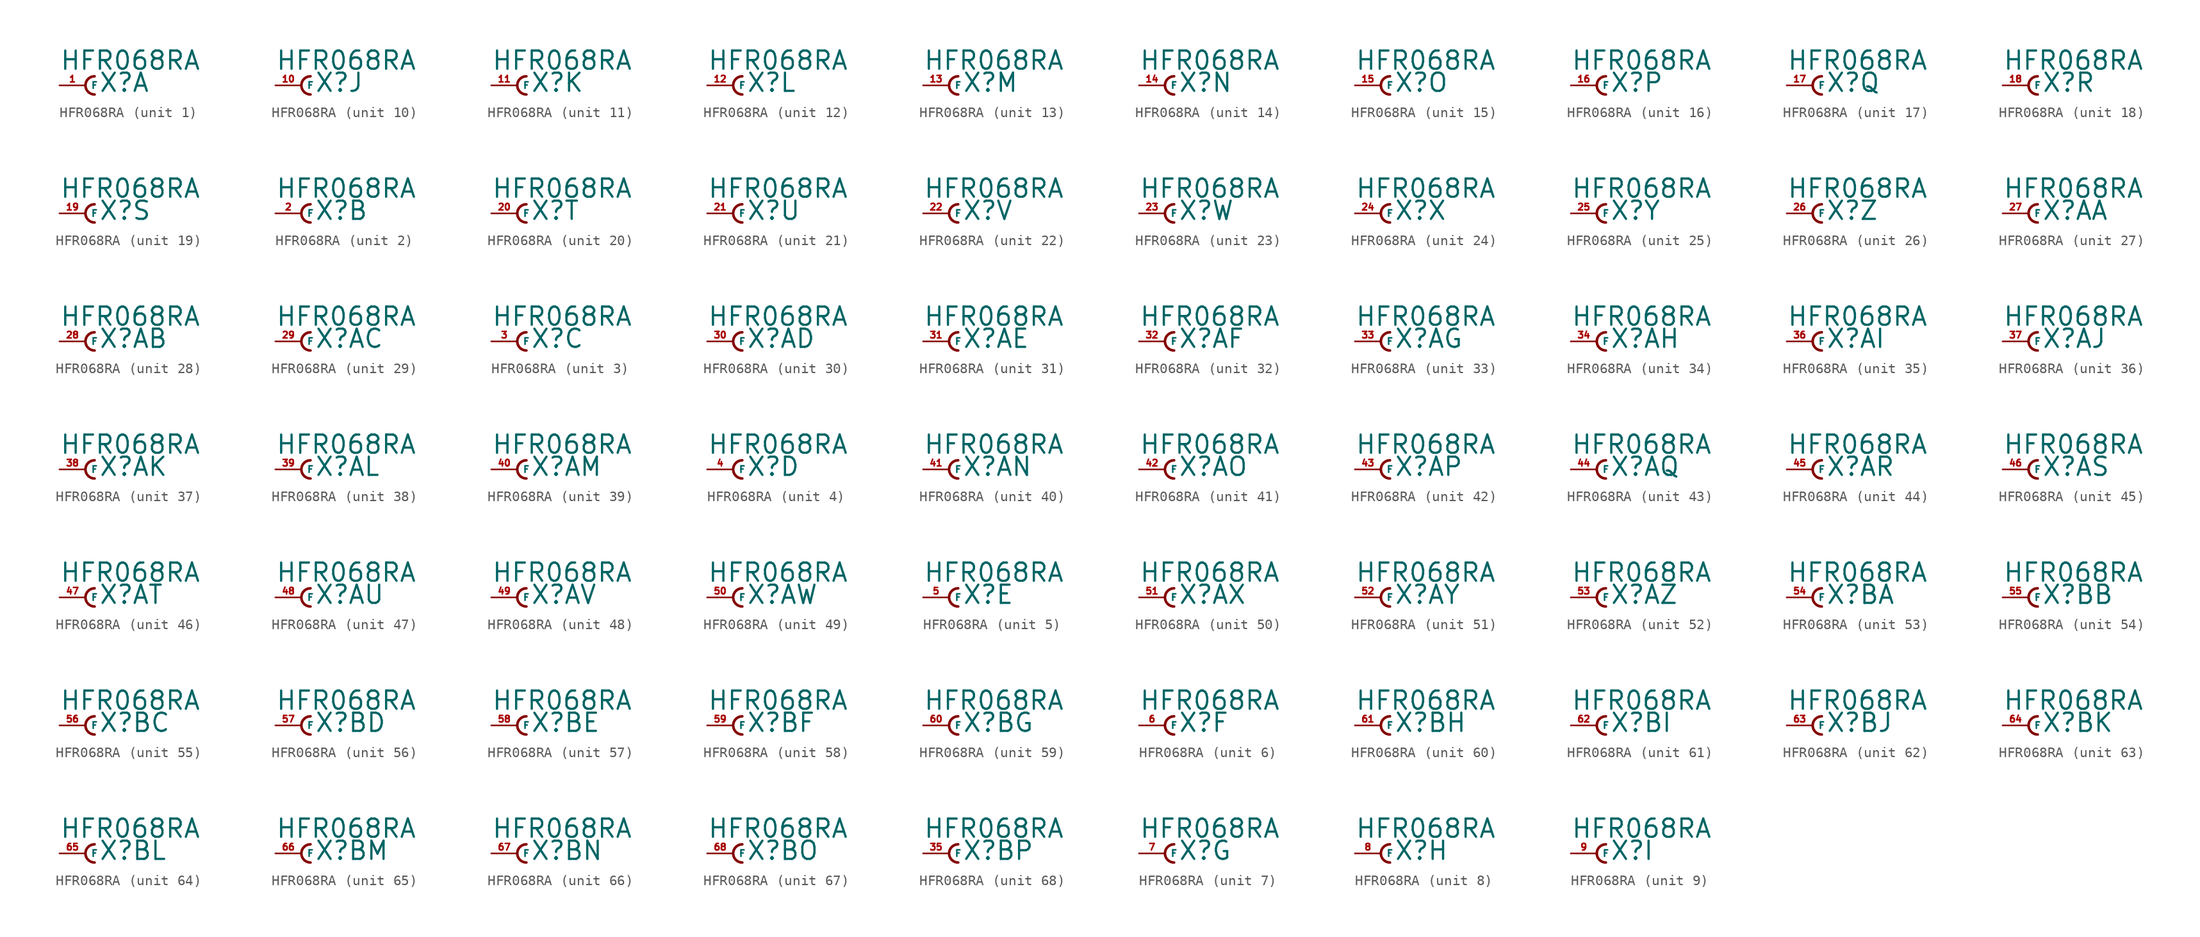
<source format=kicad_sym>
(kicad_symbol_lib
  (version 20220914)
  (generator Eagle2Kicad)
  (symbol "HFR068RA"
    (property "Reference" "X"
      (at 1.27 -0.762 0)
      (effects (font (size 1.778 1.778) (thickness 0.22)) (justify left bottom)))
    (property "Value" "HFR068RA"
      (at -2.54 1.397 0)
      (effects (font (size 1.778 1.778) (thickness 0.22)) (justify left bottom)))
    (symbol "HFR068RA_1_0"
      (arc (start 0.889 0.889) (mid 0.000 0.000) (end 0.889 -0.889) (stroke (width 0.254) (type default)) (fill (type none)))
      (pin passive line (at -2.54 0 0) (length 2.54) (name "F" (effects (font (size 0.635 0.635) (thickness 0.08)) (justify left bottom))) (number "1" (effects (font (size 0.635 0.635) (thickness 0.08)) (justify left bottom)))))
    (symbol "HFR068RA_2_0"
      (arc (start 0.889 0.889) (mid 0.000 0.000) (end 0.889 -0.889) (stroke (width 0.254) (type default)) (fill (type none)))
      (pin passive line (at -2.54 0 0) (length 2.54) (name "F" (effects (font (size 0.635 0.635) (thickness 0.08)) (justify left bottom))) (number "2" (effects (font (size 0.635 0.635) (thickness 0.08)) (justify left bottom)))))
    (symbol "HFR068RA_3_0"
      (arc (start 0.889 0.889) (mid 0.000 0.000) (end 0.889 -0.889) (stroke (width 0.254) (type default)) (fill (type none)))
      (pin passive line (at -2.54 0 0) (length 2.54) (name "F" (effects (font (size 0.635 0.635) (thickness 0.08)) (justify left bottom))) (number "3" (effects (font (size 0.635 0.635) (thickness 0.08)) (justify left bottom)))))
    (symbol "HFR068RA_4_0"
      (arc (start 0.889 0.889) (mid 0.000 0.000) (end 0.889 -0.889) (stroke (width 0.254) (type default)) (fill (type none)))
      (pin passive line (at -2.54 0 0) (length 2.54) (name "F" (effects (font (size 0.635 0.635) (thickness 0.08)) (justify left bottom))) (number "4" (effects (font (size 0.635 0.635) (thickness 0.08)) (justify left bottom)))))
    (symbol "HFR068RA_5_0"
      (arc (start 0.889 0.889) (mid 0.000 0.000) (end 0.889 -0.889) (stroke (width 0.254) (type default)) (fill (type none)))
      (pin passive line (at -2.54 0 0) (length 2.54) (name "F" (effects (font (size 0.635 0.635) (thickness 0.08)) (justify left bottom))) (number "5" (effects (font (size 0.635 0.635) (thickness 0.08)) (justify left bottom)))))
    (symbol "HFR068RA_6_0"
      (arc (start 0.889 0.889) (mid 0.000 0.000) (end 0.889 -0.889) (stroke (width 0.254) (type default)) (fill (type none)))
      (pin passive line (at -2.54 0 0) (length 2.54) (name "F" (effects (font (size 0.635 0.635) (thickness 0.08)) (justify left bottom))) (number "6" (effects (font (size 0.635 0.635) (thickness 0.08)) (justify left bottom)))))
    (symbol "HFR068RA_7_0"
      (arc (start 0.889 0.889) (mid 0.000 0.000) (end 0.889 -0.889) (stroke (width 0.254) (type default)) (fill (type none)))
      (pin passive line (at -2.54 0 0) (length 2.54) (name "F" (effects (font (size 0.635 0.635) (thickness 0.08)) (justify left bottom))) (number "7" (effects (font (size 0.635 0.635) (thickness 0.08)) (justify left bottom)))))
    (symbol "HFR068RA_8_0"
      (arc (start 0.889 0.889) (mid 0.000 0.000) (end 0.889 -0.889) (stroke (width 0.254) (type default)) (fill (type none)))
      (pin passive line (at -2.54 0 0) (length 2.54) (name "F" (effects (font (size 0.635 0.635) (thickness 0.08)) (justify left bottom))) (number "8" (effects (font (size 0.635 0.635) (thickness 0.08)) (justify left bottom)))))
    (symbol "HFR068RA_9_0"
      (arc (start 0.889 0.889) (mid 0.000 0.000) (end 0.889 -0.889) (stroke (width 0.254) (type default)) (fill (type none)))
      (pin passive line (at -2.54 0 0) (length 2.54) (name "F" (effects (font (size 0.635 0.635) (thickness 0.08)) (justify left bottom))) (number "9" (effects (font (size 0.635 0.635) (thickness 0.08)) (justify left bottom)))))
    (symbol "HFR068RA_10_0"
      (arc (start 0.889 0.889) (mid 0.000 0.000) (end 0.889 -0.889) (stroke (width 0.254) (type default)) (fill (type none)))
      (pin passive line (at -2.54 0 0) (length 2.54) (name "F" (effects (font (size 0.635 0.635) (thickness 0.08)) (justify left bottom))) (number "10" (effects (font (size 0.635 0.635) (thickness 0.08)) (justify left bottom)))))
    (symbol "HFR068RA_11_0"
      (arc (start 0.889 0.889) (mid 0.000 0.000) (end 0.889 -0.889) (stroke (width 0.254) (type default)) (fill (type none)))
      (pin passive line (at -2.54 0 0) (length 2.54) (name "F" (effects (font (size 0.635 0.635) (thickness 0.08)) (justify left bottom))) (number "11" (effects (font (size 0.635 0.635) (thickness 0.08)) (justify left bottom)))))
    (symbol "HFR068RA_12_0"
      (arc (start 0.889 0.889) (mid 0.000 0.000) (end 0.889 -0.889) (stroke (width 0.254) (type default)) (fill (type none)))
      (pin passive line (at -2.54 0 0) (length 2.54) (name "F" (effects (font (size 0.635 0.635) (thickness 0.08)) (justify left bottom))) (number "12" (effects (font (size 0.635 0.635) (thickness 0.08)) (justify left bottom)))))
    (symbol "HFR068RA_13_0"
      (arc (start 0.889 0.889) (mid 0.000 0.000) (end 0.889 -0.889) (stroke (width 0.254) (type default)) (fill (type none)))
      (pin passive line (at -2.54 0 0) (length 2.54) (name "F" (effects (font (size 0.635 0.635) (thickness 0.08)) (justify left bottom))) (number "13" (effects (font (size 0.635 0.635) (thickness 0.08)) (justify left bottom)))))
    (symbol "HFR068RA_14_0"
      (arc (start 0.889 0.889) (mid 0.000 0.000) (end 0.889 -0.889) (stroke (width 0.254) (type default)) (fill (type none)))
      (pin passive line (at -2.54 0 0) (length 2.54) (name "F" (effects (font (size 0.635 0.635) (thickness 0.08)) (justify left bottom))) (number "14" (effects (font (size 0.635 0.635) (thickness 0.08)) (justify left bottom)))))
    (symbol "HFR068RA_15_0"
      (arc (start 0.889 0.889) (mid 0.000 0.000) (end 0.889 -0.889) (stroke (width 0.254) (type default)) (fill (type none)))
      (pin passive line (at -2.54 0 0) (length 2.54) (name "F" (effects (font (size 0.635 0.635) (thickness 0.08)) (justify left bottom))) (number "15" (effects (font (size 0.635 0.635) (thickness 0.08)) (justify left bottom)))))
    (symbol "HFR068RA_16_0"
      (arc (start 0.889 0.889) (mid 0.000 0.000) (end 0.889 -0.889) (stroke (width 0.254) (type default)) (fill (type none)))
      (pin passive line (at -2.54 0 0) (length 2.54) (name "F" (effects (font (size 0.635 0.635) (thickness 0.08)) (justify left bottom))) (number "16" (effects (font (size 0.635 0.635) (thickness 0.08)) (justify left bottom)))))
    (symbol "HFR068RA_17_0"
      (arc (start 0.889 0.889) (mid 0.000 0.000) (end 0.889 -0.889) (stroke (width 0.254) (type default)) (fill (type none)))
      (pin passive line (at -2.54 0 0) (length 2.54) (name "F" (effects (font (size 0.635 0.635) (thickness 0.08)) (justify left bottom))) (number "17" (effects (font (size 0.635 0.635) (thickness 0.08)) (justify left bottom)))))
    (symbol "HFR068RA_18_0"
      (arc (start 0.889 0.889) (mid 0.000 0.000) (end 0.889 -0.889) (stroke (width 0.254) (type default)) (fill (type none)))
      (pin passive line (at -2.54 0 0) (length 2.54) (name "F" (effects (font (size 0.635 0.635) (thickness 0.08)) (justify left bottom))) (number "18" (effects (font (size 0.635 0.635) (thickness 0.08)) (justify left bottom)))))
    (symbol "HFR068RA_19_0"
      (arc (start 0.889 0.889) (mid 0.000 0.000) (end 0.889 -0.889) (stroke (width 0.254) (type default)) (fill (type none)))
      (pin passive line (at -2.54 0 0) (length 2.54) (name "F" (effects (font (size 0.635 0.635) (thickness 0.08)) (justify left bottom))) (number "19" (effects (font (size 0.635 0.635) (thickness 0.08)) (justify left bottom)))))
    (symbol "HFR068RA_20_0"
      (arc (start 0.889 0.889) (mid 0.000 0.000) (end 0.889 -0.889) (stroke (width 0.254) (type default)) (fill (type none)))
      (pin passive line (at -2.54 0 0) (length 2.54) (name "F" (effects (font (size 0.635 0.635) (thickness 0.08)) (justify left bottom))) (number "20" (effects (font (size 0.635 0.635) (thickness 0.08)) (justify left bottom)))))
    (symbol "HFR068RA_21_0"
      (arc (start 0.889 0.889) (mid 0.000 0.000) (end 0.889 -0.889) (stroke (width 0.254) (type default)) (fill (type none)))
      (pin passive line (at -2.54 0 0) (length 2.54) (name "F" (effects (font (size 0.635 0.635) (thickness 0.08)) (justify left bottom))) (number "21" (effects (font (size 0.635 0.635) (thickness 0.08)) (justify left bottom)))))
    (symbol "HFR068RA_22_0"
      (arc (start 0.889 0.889) (mid 0.000 0.000) (end 0.889 -0.889) (stroke (width 0.254) (type default)) (fill (type none)))
      (pin passive line (at -2.54 0 0) (length 2.54) (name "F" (effects (font (size 0.635 0.635) (thickness 0.08)) (justify left bottom))) (number "22" (effects (font (size 0.635 0.635) (thickness 0.08)) (justify left bottom)))))
    (symbol "HFR068RA_23_0"
      (arc (start 0.889 0.889) (mid 0.000 0.000) (end 0.889 -0.889) (stroke (width 0.254) (type default)) (fill (type none)))
      (pin passive line (at -2.54 0 0) (length 2.54) (name "F" (effects (font (size 0.635 0.635) (thickness 0.08)) (justify left bottom))) (number "23" (effects (font (size 0.635 0.635) (thickness 0.08)) (justify left bottom)))))
    (symbol "HFR068RA_24_0"
      (arc (start 0.889 0.889) (mid 0.000 0.000) (end 0.889 -0.889) (stroke (width 0.254) (type default)) (fill (type none)))
      (pin passive line (at -2.54 0 0) (length 2.54) (name "F" (effects (font (size 0.635 0.635) (thickness 0.08)) (justify left bottom))) (number "24" (effects (font (size 0.635 0.635) (thickness 0.08)) (justify left bottom)))))
    (symbol "HFR068RA_25_0"
      (arc (start 0.889 0.889) (mid 0.000 0.000) (end 0.889 -0.889) (stroke (width 0.254) (type default)) (fill (type none)))
      (pin passive line (at -2.54 0 0) (length 2.54) (name "F" (effects (font (size 0.635 0.635) (thickness 0.08)) (justify left bottom))) (number "25" (effects (font (size 0.635 0.635) (thickness 0.08)) (justify left bottom)))))
    (symbol "HFR068RA_26_0"
      (arc (start 0.889 0.889) (mid 0.000 0.000) (end 0.889 -0.889) (stroke (width 0.254) (type default)) (fill (type none)))
      (pin passive line (at -2.54 0 0) (length 2.54) (name "F" (effects (font (size 0.635 0.635) (thickness 0.08)) (justify left bottom))) (number "26" (effects (font (size 0.635 0.635) (thickness 0.08)) (justify left bottom)))))
    (symbol "HFR068RA_27_0"
      (arc (start 0.889 0.889) (mid 0.000 0.000) (end 0.889 -0.889) (stroke (width 0.254) (type default)) (fill (type none)))
      (pin passive line (at -2.54 0 0) (length 2.54) (name "F" (effects (font (size 0.635 0.635) (thickness 0.08)) (justify left bottom))) (number "27" (effects (font (size 0.635 0.635) (thickness 0.08)) (justify left bottom)))))
    (symbol "HFR068RA_28_0"
      (arc (start 0.889 0.889) (mid 0.000 0.000) (end 0.889 -0.889) (stroke (width 0.254) (type default)) (fill (type none)))
      (pin passive line (at -2.54 0 0) (length 2.54) (name "F" (effects (font (size 0.635 0.635) (thickness 0.08)) (justify left bottom))) (number "28" (effects (font (size 0.635 0.635) (thickness 0.08)) (justify left bottom)))))
    (symbol "HFR068RA_29_0"
      (arc (start 0.889 0.889) (mid 0.000 0.000) (end 0.889 -0.889) (stroke (width 0.254) (type default)) (fill (type none)))
      (pin passive line (at -2.54 0 0) (length 2.54) (name "F" (effects (font (size 0.635 0.635) (thickness 0.08)) (justify left bottom))) (number "29" (effects (font (size 0.635 0.635) (thickness 0.08)) (justify left bottom)))))
    (symbol "HFR068RA_30_0"
      (arc (start 0.889 0.889) (mid 0.000 0.000) (end 0.889 -0.889) (stroke (width 0.254) (type default)) (fill (type none)))
      (pin passive line (at -2.54 0 0) (length 2.54) (name "F" (effects (font (size 0.635 0.635) (thickness 0.08)) (justify left bottom))) (number "30" (effects (font (size 0.635 0.635) (thickness 0.08)) (justify left bottom)))))
    (symbol "HFR068RA_31_0"
      (arc (start 0.889 0.889) (mid 0.000 0.000) (end 0.889 -0.889) (stroke (width 0.254) (type default)) (fill (type none)))
      (pin passive line (at -2.54 0 0) (length 2.54) (name "F" (effects (font (size 0.635 0.635) (thickness 0.08)) (justify left bottom))) (number "31" (effects (font (size 0.635 0.635) (thickness 0.08)) (justify left bottom)))))
    (symbol "HFR068RA_32_0"
      (arc (start 0.889 0.889) (mid 0.000 0.000) (end 0.889 -0.889) (stroke (width 0.254) (type default)) (fill (type none)))
      (pin passive line (at -2.54 0 0) (length 2.54) (name "F" (effects (font (size 0.635 0.635) (thickness 0.08)) (justify left bottom))) (number "32" (effects (font (size 0.635 0.635) (thickness 0.08)) (justify left bottom)))))
    (symbol "HFR068RA_33_0"
      (arc (start 0.889 0.889) (mid 0.000 0.000) (end 0.889 -0.889) (stroke (width 0.254) (type default)) (fill (type none)))
      (pin passive line (at -2.54 0 0) (length 2.54) (name "F" (effects (font (size 0.635 0.635) (thickness 0.08)) (justify left bottom))) (number "33" (effects (font (size 0.635 0.635) (thickness 0.08)) (justify left bottom)))))
    (symbol "HFR068RA_34_0"
      (arc (start 0.889 0.889) (mid 0.000 0.000) (end 0.889 -0.889) (stroke (width 0.254) (type default)) (fill (type none)))
      (pin passive line (at -2.54 0 0) (length 2.54) (name "F" (effects (font (size 0.635 0.635) (thickness 0.08)) (justify left bottom))) (number "34" (effects (font (size 0.635 0.635) (thickness 0.08)) (justify left bottom)))))
    (symbol "HFR068RA_35_0"
      (arc (start 0.889 0.889) (mid 0.000 0.000) (end 0.889 -0.889) (stroke (width 0.254) (type default)) (fill (type none)))
      (pin passive line (at -2.54 0 0) (length 2.54) (name "F" (effects (font (size 0.635 0.635) (thickness 0.08)) (justify left bottom))) (number "36" (effects (font (size 0.635 0.635) (thickness 0.08)) (justify left bottom)))))
    (symbol "HFR068RA_36_0"
      (arc (start 0.889 0.889) (mid 0.000 0.000) (end 0.889 -0.889) (stroke (width 0.254) (type default)) (fill (type none)))
      (pin passive line (at -2.54 0 0) (length 2.54) (name "F" (effects (font (size 0.635 0.635) (thickness 0.08)) (justify left bottom))) (number "37" (effects (font (size 0.635 0.635) (thickness 0.08)) (justify left bottom)))))
    (symbol "HFR068RA_37_0"
      (arc (start 0.889 0.889) (mid 0.000 0.000) (end 0.889 -0.889) (stroke (width 0.254) (type default)) (fill (type none)))
      (pin passive line (at -2.54 0 0) (length 2.54) (name "F" (effects (font (size 0.635 0.635) (thickness 0.08)) (justify left bottom))) (number "38" (effects (font (size 0.635 0.635) (thickness 0.08)) (justify left bottom)))))
    (symbol "HFR068RA_38_0"
      (arc (start 0.889 0.889) (mid 0.000 0.000) (end 0.889 -0.889) (stroke (width 0.254) (type default)) (fill (type none)))
      (pin passive line (at -2.54 0 0) (length 2.54) (name "F" (effects (font (size 0.635 0.635) (thickness 0.08)) (justify left bottom))) (number "39" (effects (font (size 0.635 0.635) (thickness 0.08)) (justify left bottom)))))
    (symbol "HFR068RA_39_0"
      (arc (start 0.889 0.889) (mid 0.000 0.000) (end 0.889 -0.889) (stroke (width 0.254) (type default)) (fill (type none)))
      (pin passive line (at -2.54 0 0) (length 2.54) (name "F" (effects (font (size 0.635 0.635) (thickness 0.08)) (justify left bottom))) (number "40" (effects (font (size 0.635 0.635) (thickness 0.08)) (justify left bottom)))))
    (symbol "HFR068RA_40_0"
      (arc (start 0.889 0.889) (mid 0.000 0.000) (end 0.889 -0.889) (stroke (width 0.254) (type default)) (fill (type none)))
      (pin passive line (at -2.54 0 0) (length 2.54) (name "F" (effects (font (size 0.635 0.635) (thickness 0.08)) (justify left bottom))) (number "41" (effects (font (size 0.635 0.635) (thickness 0.08)) (justify left bottom)))))
    (symbol "HFR068RA_41_0"
      (arc (start 0.889 0.889) (mid 0.000 0.000) (end 0.889 -0.889) (stroke (width 0.254) (type default)) (fill (type none)))
      (pin passive line (at -2.54 0 0) (length 2.54) (name "F" (effects (font (size 0.635 0.635) (thickness 0.08)) (justify left bottom))) (number "42" (effects (font (size 0.635 0.635) (thickness 0.08)) (justify left bottom)))))
    (symbol "HFR068RA_42_0"
      (arc (start 0.889 0.889) (mid 0.000 0.000) (end 0.889 -0.889) (stroke (width 0.254) (type default)) (fill (type none)))
      (pin passive line (at -2.54 0 0) (length 2.54) (name "F" (effects (font (size 0.635 0.635) (thickness 0.08)) (justify left bottom))) (number "43" (effects (font (size 0.635 0.635) (thickness 0.08)) (justify left bottom)))))
    (symbol "HFR068RA_43_0"
      (arc (start 0.889 0.889) (mid 0.000 0.000) (end 0.889 -0.889) (stroke (width 0.254) (type default)) (fill (type none)))
      (pin passive line (at -2.54 0 0) (length 2.54) (name "F" (effects (font (size 0.635 0.635) (thickness 0.08)) (justify left bottom))) (number "44" (effects (font (size 0.635 0.635) (thickness 0.08)) (justify left bottom)))))
    (symbol "HFR068RA_44_0"
      (arc (start 0.889 0.889) (mid 0.000 0.000) (end 0.889 -0.889) (stroke (width 0.254) (type default)) (fill (type none)))
      (pin passive line (at -2.54 0 0) (length 2.54) (name "F" (effects (font (size 0.635 0.635) (thickness 0.08)) (justify left bottom))) (number "45" (effects (font (size 0.635 0.635) (thickness 0.08)) (justify left bottom)))))
    (symbol "HFR068RA_45_0"
      (arc (start 0.889 0.889) (mid 0.000 0.000) (end 0.889 -0.889) (stroke (width 0.254) (type default)) (fill (type none)))
      (pin passive line (at -2.54 0 0) (length 2.54) (name "F" (effects (font (size 0.635 0.635) (thickness 0.08)) (justify left bottom))) (number "46" (effects (font (size 0.635 0.635) (thickness 0.08)) (justify left bottom)))))
    (symbol "HFR068RA_46_0"
      (arc (start 0.889 0.889) (mid 0.000 0.000) (end 0.889 -0.889) (stroke (width 0.254) (type default)) (fill (type none)))
      (pin passive line (at -2.54 0 0) (length 2.54) (name "F" (effects (font (size 0.635 0.635) (thickness 0.08)) (justify left bottom))) (number "47" (effects (font (size 0.635 0.635) (thickness 0.08)) (justify left bottom)))))
    (symbol "HFR068RA_47_0"
      (arc (start 0.889 0.889) (mid 0.000 0.000) (end 0.889 -0.889) (stroke (width 0.254) (type default)) (fill (type none)))
      (pin passive line (at -2.54 0 0) (length 2.54) (name "F" (effects (font (size 0.635 0.635) (thickness 0.08)) (justify left bottom))) (number "48" (effects (font (size 0.635 0.635) (thickness 0.08)) (justify left bottom)))))
    (symbol "HFR068RA_48_0"
      (arc (start 0.889 0.889) (mid 0.000 0.000) (end 0.889 -0.889) (stroke (width 0.254) (type default)) (fill (type none)))
      (pin passive line (at -2.54 0 0) (length 2.54) (name "F" (effects (font (size 0.635 0.635) (thickness 0.08)) (justify left bottom))) (number "49" (effects (font (size 0.635 0.635) (thickness 0.08)) (justify left bottom)))))
    (symbol "HFR068RA_49_0"
      (arc (start 0.889 0.889) (mid 0.000 0.000) (end 0.889 -0.889) (stroke (width 0.254) (type default)) (fill (type none)))
      (pin passive line (at -2.54 0 0) (length 2.54) (name "F" (effects (font (size 0.635 0.635) (thickness 0.08)) (justify left bottom))) (number "50" (effects (font (size 0.635 0.635) (thickness 0.08)) (justify left bottom)))))
    (symbol "HFR068RA_50_0"
      (arc (start 0.889 0.889) (mid 0.000 0.000) (end 0.889 -0.889) (stroke (width 0.254) (type default)) (fill (type none)))
      (pin passive line (at -2.54 0 0) (length 2.54) (name "F" (effects (font (size 0.635 0.635) (thickness 0.08)) (justify left bottom))) (number "51" (effects (font (size 0.635 0.635) (thickness 0.08)) (justify left bottom)))))
    (symbol "HFR068RA_51_0"
      (arc (start 0.889 0.889) (mid 0.000 0.000) (end 0.889 -0.889) (stroke (width 0.254) (type default)) (fill (type none)))
      (pin passive line (at -2.54 0 0) (length 2.54) (name "F" (effects (font (size 0.635 0.635) (thickness 0.08)) (justify left bottom))) (number "52" (effects (font (size 0.635 0.635) (thickness 0.08)) (justify left bottom)))))
    (symbol "HFR068RA_52_0"
      (arc (start 0.889 0.889) (mid 0.000 0.000) (end 0.889 -0.889) (stroke (width 0.254) (type default)) (fill (type none)))
      (pin passive line (at -2.54 0 0) (length 2.54) (name "F" (effects (font (size 0.635 0.635) (thickness 0.08)) (justify left bottom))) (number "53" (effects (font (size 0.635 0.635) (thickness 0.08)) (justify left bottom)))))
    (symbol "HFR068RA_53_0"
      (arc (start 0.889 0.889) (mid 0.000 0.000) (end 0.889 -0.889) (stroke (width 0.254) (type default)) (fill (type none)))
      (pin passive line (at -2.54 0 0) (length 2.54) (name "F" (effects (font (size 0.635 0.635) (thickness 0.08)) (justify left bottom))) (number "54" (effects (font (size 0.635 0.635) (thickness 0.08)) (justify left bottom)))))
    (symbol "HFR068RA_54_0"
      (arc (start 0.889 0.889) (mid 0.000 0.000) (end 0.889 -0.889) (stroke (width 0.254) (type default)) (fill (type none)))
      (pin passive line (at -2.54 0 0) (length 2.54) (name "F" (effects (font (size 0.635 0.635) (thickness 0.08)) (justify left bottom))) (number "55" (effects (font (size 0.635 0.635) (thickness 0.08)) (justify left bottom)))))
    (symbol "HFR068RA_55_0"
      (arc (start 0.889 0.889) (mid 0.000 0.000) (end 0.889 -0.889) (stroke (width 0.254) (type default)) (fill (type none)))
      (pin passive line (at -2.54 0 0) (length 2.54) (name "F" (effects (font (size 0.635 0.635) (thickness 0.08)) (justify left bottom))) (number "56" (effects (font (size 0.635 0.635) (thickness 0.08)) (justify left bottom)))))
    (symbol "HFR068RA_56_0"
      (arc (start 0.889 0.889) (mid 0.000 0.000) (end 0.889 -0.889) (stroke (width 0.254) (type default)) (fill (type none)))
      (pin passive line (at -2.54 0 0) (length 2.54) (name "F" (effects (font (size 0.635 0.635) (thickness 0.08)) (justify left bottom))) (number "57" (effects (font (size 0.635 0.635) (thickness 0.08)) (justify left bottom)))))
    (symbol "HFR068RA_57_0"
      (arc (start 0.889 0.889) (mid 0.000 0.000) (end 0.889 -0.889) (stroke (width 0.254) (type default)) (fill (type none)))
      (pin passive line (at -2.54 0 0) (length 2.54) (name "F" (effects (font (size 0.635 0.635) (thickness 0.08)) (justify left bottom))) (number "58" (effects (font (size 0.635 0.635) (thickness 0.08)) (justify left bottom)))))
    (symbol "HFR068RA_58_0"
      (arc (start 0.889 0.889) (mid 0.000 0.000) (end 0.889 -0.889) (stroke (width 0.254) (type default)) (fill (type none)))
      (pin passive line (at -2.54 0 0) (length 2.54) (name "F" (effects (font (size 0.635 0.635) (thickness 0.08)) (justify left bottom))) (number "59" (effects (font (size 0.635 0.635) (thickness 0.08)) (justify left bottom)))))
    (symbol "HFR068RA_59_0"
      (arc (start 0.889 0.889) (mid 0.000 0.000) (end 0.889 -0.889) (stroke (width 0.254) (type default)) (fill (type none)))
      (pin passive line (at -2.54 0 0) (length 2.54) (name "F" (effects (font (size 0.635 0.635) (thickness 0.08)) (justify left bottom))) (number "60" (effects (font (size 0.635 0.635) (thickness 0.08)) (justify left bottom)))))
    (symbol "HFR068RA_60_0"
      (arc (start 0.889 0.889) (mid 0.000 0.000) (end 0.889 -0.889) (stroke (width 0.254) (type default)) (fill (type none)))
      (pin passive line (at -2.54 0 0) (length 2.54) (name "F" (effects (font (size 0.635 0.635) (thickness 0.08)) (justify left bottom))) (number "61" (effects (font (size 0.635 0.635) (thickness 0.08)) (justify left bottom)))))
    (symbol "HFR068RA_61_0"
      (arc (start 0.889 0.889) (mid 0.000 0.000) (end 0.889 -0.889) (stroke (width 0.254) (type default)) (fill (type none)))
      (pin passive line (at -2.54 0 0) (length 2.54) (name "F" (effects (font (size 0.635 0.635) (thickness 0.08)) (justify left bottom))) (number "62" (effects (font (size 0.635 0.635) (thickness 0.08)) (justify left bottom)))))
    (symbol "HFR068RA_62_0"
      (arc (start 0.889 0.889) (mid 0.000 0.000) (end 0.889 -0.889) (stroke (width 0.254) (type default)) (fill (type none)))
      (pin passive line (at -2.54 0 0) (length 2.54) (name "F" (effects (font (size 0.635 0.635) (thickness 0.08)) (justify left bottom))) (number "63" (effects (font (size 0.635 0.635) (thickness 0.08)) (justify left bottom)))))
    (symbol "HFR068RA_63_0"
      (arc (start 0.889 0.889) (mid 0.000 0.000) (end 0.889 -0.889) (stroke (width 0.254) (type default)) (fill (type none)))
      (pin passive line (at -2.54 0 0) (length 2.54) (name "F" (effects (font (size 0.635 0.635) (thickness 0.08)) (justify left bottom))) (number "64" (effects (font (size 0.635 0.635) (thickness 0.08)) (justify left bottom)))))
    (symbol "HFR068RA_64_0"
      (arc (start 0.889 0.889) (mid 0.000 0.000) (end 0.889 -0.889) (stroke (width 0.254) (type default)) (fill (type none)))
      (pin passive line (at -2.54 0 0) (length 2.54) (name "F" (effects (font (size 0.635 0.635) (thickness 0.08)) (justify left bottom))) (number "65" (effects (font (size 0.635 0.635) (thickness 0.08)) (justify left bottom)))))
    (symbol "HFR068RA_65_0"
      (arc (start 0.889 0.889) (mid 0.000 0.000) (end 0.889 -0.889) (stroke (width 0.254) (type default)) (fill (type none)))
      (pin passive line (at -2.54 0 0) (length 2.54) (name "F" (effects (font (size 0.635 0.635) (thickness 0.08)) (justify left bottom))) (number "66" (effects (font (size 0.635 0.635) (thickness 0.08)) (justify left bottom)))))
    (symbol "HFR068RA_66_0"
      (arc (start 0.889 0.889) (mid 0.000 0.000) (end 0.889 -0.889) (stroke (width 0.254) (type default)) (fill (type none)))
      (pin passive line (at -2.54 0 0) (length 2.54) (name "F" (effects (font (size 0.635 0.635) (thickness 0.08)) (justify left bottom))) (number "67" (effects (font (size 0.635 0.635) (thickness 0.08)) (justify left bottom)))))
    (symbol "HFR068RA_67_0"
      (arc (start 0.889 0.889) (mid 0.000 0.000) (end 0.889 -0.889) (stroke (width 0.254) (type default)) (fill (type none)))
      (pin passive line (at -2.54 0 0) (length 2.54) (name "F" (effects (font (size 0.635 0.635) (thickness 0.08)) (justify left bottom))) (number "68" (effects (font (size 0.635 0.635) (thickness 0.08)) (justify left bottom)))))
    (symbol "HFR068RA_68_0"
      (arc (start 0.889 0.889) (mid 0.000 0.000) (end 0.889 -0.889) (stroke (width 0.254) (type default)) (fill (type none)))
      (pin passive line (at -2.54 0 0) (length 2.54) (name "F" (effects (font (size 0.635 0.635) (thickness 0.08)) (justify left bottom))) (number "35" (effects (font (size 0.635 0.635) (thickness 0.08)) (justify left bottom)))))))
</source>
